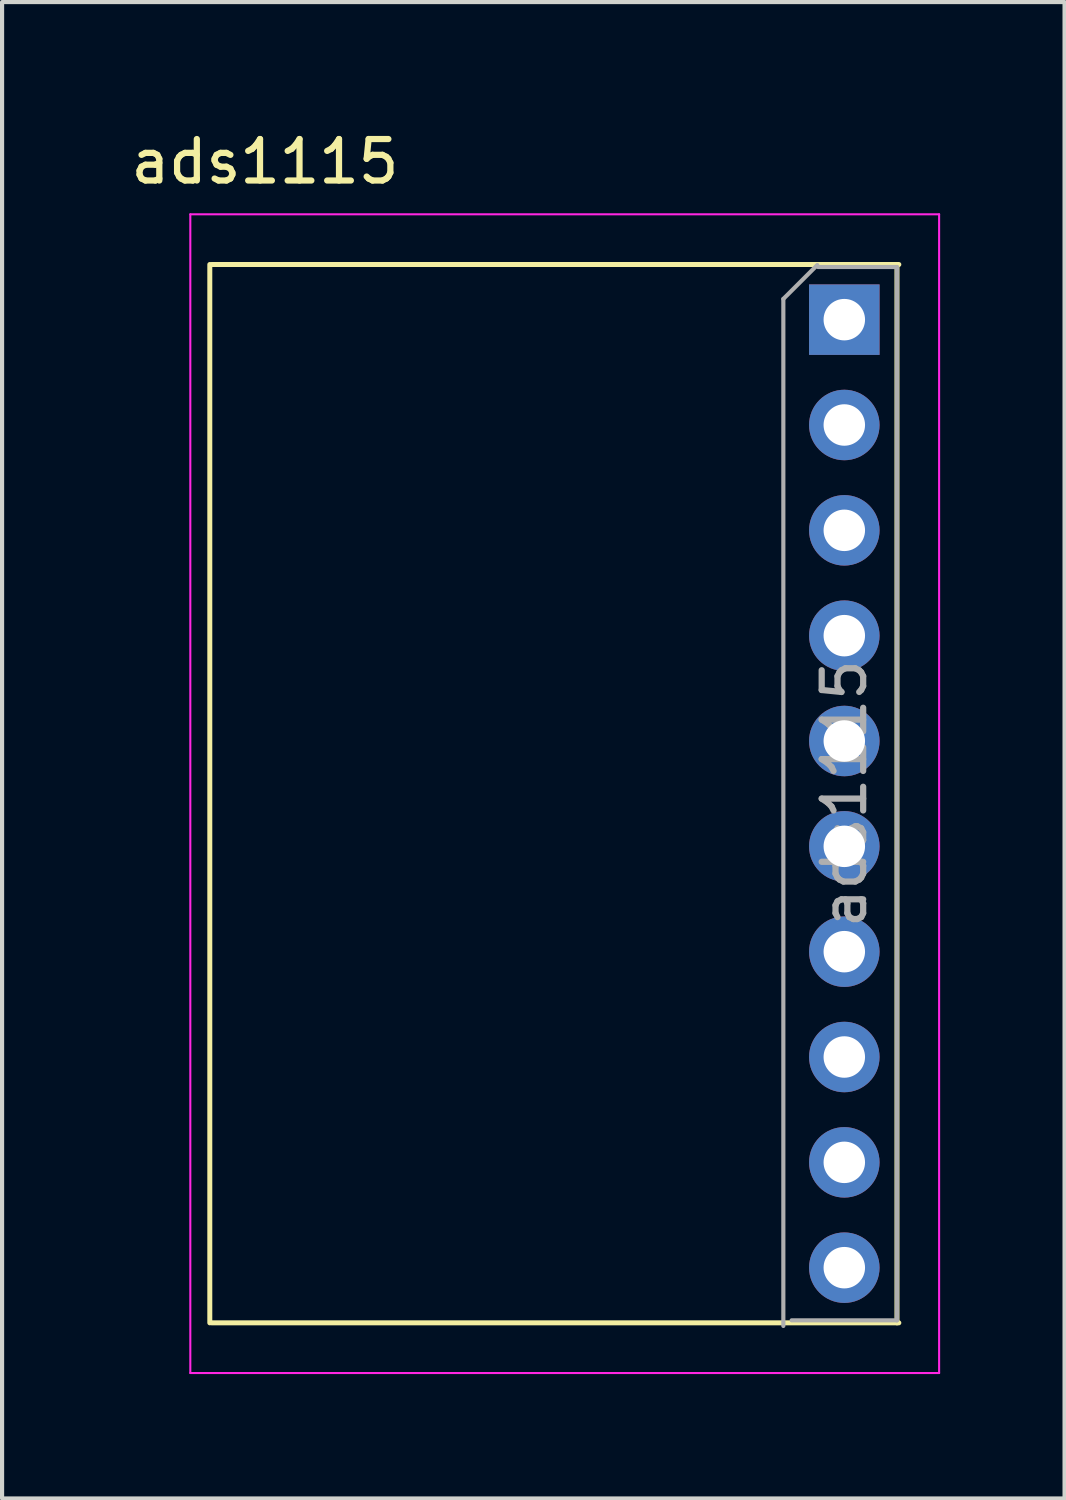
<source format=kicad_pcb>
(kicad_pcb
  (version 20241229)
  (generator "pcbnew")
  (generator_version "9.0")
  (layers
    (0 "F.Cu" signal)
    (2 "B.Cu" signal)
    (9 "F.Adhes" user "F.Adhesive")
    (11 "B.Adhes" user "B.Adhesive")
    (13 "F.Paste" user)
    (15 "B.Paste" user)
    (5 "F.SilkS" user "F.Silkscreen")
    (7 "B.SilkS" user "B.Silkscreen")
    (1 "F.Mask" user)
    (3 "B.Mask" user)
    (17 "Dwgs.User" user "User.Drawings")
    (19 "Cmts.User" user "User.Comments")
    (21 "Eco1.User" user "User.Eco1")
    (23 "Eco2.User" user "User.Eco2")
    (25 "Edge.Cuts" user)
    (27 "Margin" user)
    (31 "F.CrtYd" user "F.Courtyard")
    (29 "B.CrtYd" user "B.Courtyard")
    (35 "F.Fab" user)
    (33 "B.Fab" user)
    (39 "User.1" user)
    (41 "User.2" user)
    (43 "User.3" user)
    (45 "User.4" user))
  (footprint "ads1115"
    (layer "F.Cu")
    (at 3.339 4.658)
    (property "Reference" "ads1115" (at 0 -3.81 0) (layer "F.SilkS") (effects (font (size 1 1) (thickness 0.15))))
    (attr through_hole)
    (fp_line (start -1.33 -1.33) (end -1.33 24.19) (stroke (width 0.12) (type solid)) (layer "F.SilkS"))
    (fp_line (start -1.285 -1.33) (end 15.285 -1.33) (stroke (width 0.12) (type solid)) (layer "F.SilkS"))
    (fp_line (start -1.285 24.19) (end 15.285 24.19) (stroke (width 0.12) (type solid)) (layer "F.SilkS"))
    (fp_line (start 15.24 -1.33) (end 15.24 24.19) (stroke (width 0.12) (type solid)) (layer "F.SilkS"))
    (fp_line (start -1.8 -2.54) (end -1.8 25.4) (stroke (width 0.05) (type solid)) (layer "F.CrtYd"))
    (fp_line (start -1.8 25.4) (end 16.256 25.4) (stroke (width 0.05) (type solid)) (layer "F.CrtYd"))
    (fp_line (start 16.256 -2.54) (end -1.8 -2.54) (stroke (width 0.05) (type solid)) (layer "F.CrtYd"))
    (fp_line (start 16.256 25.4) (end 16.256 -2.54) (stroke (width 0.05) (type solid)) (layer "F.CrtYd"))
    (fp_line (start 12.5 -0.5) (end 13.318 -1.317) (stroke (width 0.1) (type solid)) (layer "F.Fab"))
    (fp_line (start 12.5 24.265) (end 12.5 -0.5) (stroke (width 0.1) (type solid)) (layer "F.Fab"))
    (fp_line (start 13.335 -1.27) (end 15.24 -1.27) (stroke (width 0.1) (type solid)) (layer "F.Fab"))
    (fp_line (start 15.24 -1.27) (end 15.24 24.13) (stroke (width 0.1) (type solid)) (layer "F.Fab"))
    (fp_line (start 15.24 24.13) (end 12.7 24.13) (stroke (width 0.1) (type solid)) (layer "F.Fab"))
    (fp_text user "${REFERENCE}" (at 13.97 11.43 90) (layer "F.Fab") (effects (font (size 1 1) (thickness 0.15))))
    (pad "1" thru_hole rect (at 13.97 0) (size 1.7 1.7) (drill 1) (layers "*.Cu" "*.Mask"))
    (pad "2" thru_hole oval (at 13.97 2.54) (size 1.7 1.7) (drill 1) (layers "*.Cu" "*.Mask"))
    (pad "3" thru_hole oval (at 13.97 5.08) (size 1.7 1.7) (drill 1) (layers "*.Cu" "*.Mask"))
    (pad "4" thru_hole oval (at 13.97 7.62) (size 1.7 1.7) (drill 1) (layers "*.Cu" "*.Mask"))
    (pad "5" thru_hole oval (at 13.97 10.16) (size 1.7 1.7) (drill 1) (layers "*.Cu" "*.Mask"))
    (pad "6" thru_hole oval (at 13.97 12.7) (size 1.7 1.7) (drill 1) (layers "*.Cu" "*.Mask"))
    (pad "7" thru_hole oval (at 13.97 15.24) (size 1.7 1.7) (drill 1) (layers "*.Cu" "*.Mask"))
    (pad "8" thru_hole oval (at 13.97 17.78) (size 1.7 1.7) (drill 1) (layers "*.Cu" "*.Mask"))
    (pad "9" thru_hole oval (at 13.97 20.32) (size 1.7 1.7) (drill 1) (layers "*.Cu" "*.Mask"))
    (pad "10" thru_hole oval (at 13.97 22.86) (size 1.7 1.7) (drill 1) (layers "*.Cu" "*.Mask")))
  (gr_rect
    (start -3 -3)
    (end 22.62 33.083)
    (stroke (width 0.1) (type default))
    (fill no)
    (layer "Edge.Cuts")))
</source>
